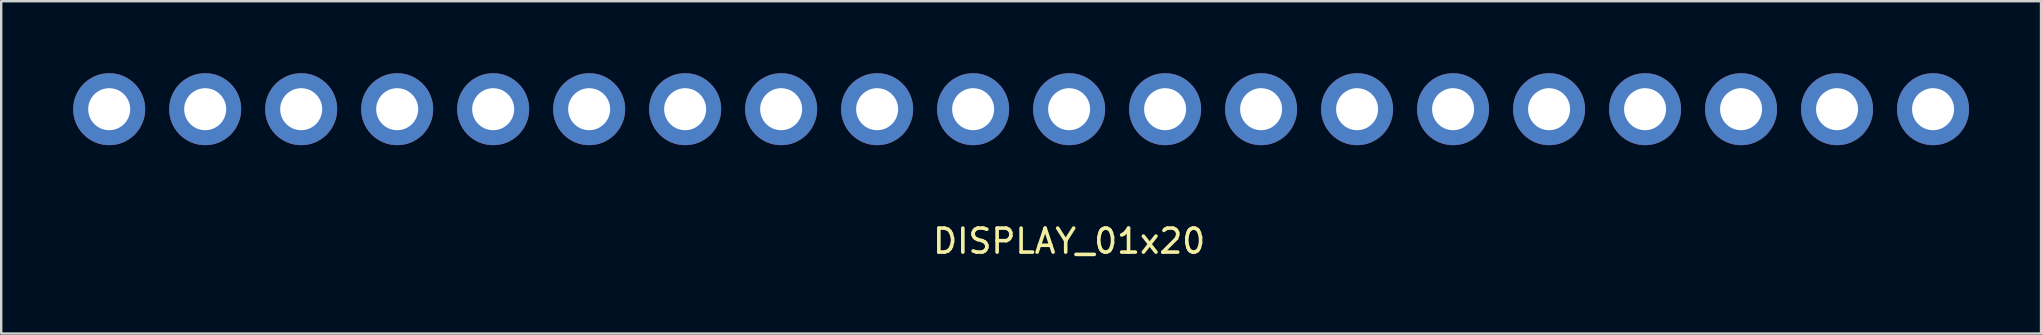
<source format=kicad_pcb>
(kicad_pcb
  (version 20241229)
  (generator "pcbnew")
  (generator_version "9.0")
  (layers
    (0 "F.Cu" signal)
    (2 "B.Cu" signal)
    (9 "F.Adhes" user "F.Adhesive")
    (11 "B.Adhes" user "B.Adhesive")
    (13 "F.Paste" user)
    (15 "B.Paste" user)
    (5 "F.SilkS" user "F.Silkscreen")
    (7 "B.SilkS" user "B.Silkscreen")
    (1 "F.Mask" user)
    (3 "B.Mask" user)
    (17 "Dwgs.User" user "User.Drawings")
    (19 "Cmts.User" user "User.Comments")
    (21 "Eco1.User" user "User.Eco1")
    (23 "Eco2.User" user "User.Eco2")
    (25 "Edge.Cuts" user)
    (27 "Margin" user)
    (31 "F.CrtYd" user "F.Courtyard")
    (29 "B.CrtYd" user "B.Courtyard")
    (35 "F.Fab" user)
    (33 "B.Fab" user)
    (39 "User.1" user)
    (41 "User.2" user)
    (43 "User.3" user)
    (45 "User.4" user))
  (footprint "DISPLAY_01x20"
    (layer "F.Cu")
    (at 1.5 1.5)
    (property "Reference" "DISPLAY_01x20" (at 40 5.5 0) (layer "F.SilkS") (effects (font (size 1 1) (thickness 0.15))))
    (attr through_hole)
    (pad "1" thru_hole circle (at 0 0) (size 3 3) (drill 1.75) (layers "*.Cu" "*.Mask"))
    (pad "2" thru_hole circle (at 4 0) (size 3 3) (drill 1.75) (layers "*.Cu" "*.Mask"))
    (pad "3" thru_hole circle (at 8 0) (size 3 3) (drill 1.75) (layers "*.Cu" "*.Mask"))
    (pad "4" thru_hole circle (at 12 0) (size 3 3) (drill 1.75) (layers "*.Cu" "*.Mask"))
    (pad "5" thru_hole circle (at 16 0) (size 3 3) (drill 1.75) (layers "*.Cu" "*.Mask"))
    (pad "6" thru_hole circle (at 20 0) (size 3 3) (drill 1.75) (layers "*.Cu" "*.Mask"))
    (pad "7" thru_hole circle (at 24 0) (size 3 3) (drill 1.75) (layers "*.Cu" "*.Mask"))
    (pad "8" thru_hole circle (at 28 0) (size 3 3) (drill 1.75) (layers "*.Cu" "*.Mask"))
    (pad "9" thru_hole circle (at 32 0) (size 3 3) (drill 1.75) (layers "*.Cu" "*.Mask"))
    (pad "10" thru_hole circle (at 36 0) (size 3 3) (drill 1.75) (layers "*.Cu" "*.Mask"))
    (pad "11" thru_hole circle (at 40 0) (size 3 3) (drill 1.75) (layers "*.Cu" "*.Mask"))
    (pad "12" thru_hole circle (at 44 0) (size 3 3) (drill 1.75) (layers "*.Cu" "*.Mask"))
    (pad "13" thru_hole circle (at 48 0) (size 3 3) (drill 1.75) (layers "*.Cu" "*.Mask"))
    (pad "14" thru_hole circle (at 52 0) (size 3 3) (drill 1.75) (layers "*.Cu" "*.Mask"))
    (pad "15" thru_hole circle (at 56 0) (size 3 3) (drill 1.75) (layers "*.Cu" "*.Mask"))
    (pad "16" thru_hole circle (at 60 0) (size 3 3) (drill 1.75) (layers "*.Cu" "*.Mask"))
    (pad "17" thru_hole circle (at 64 0) (size 3 3) (drill 1.75) (layers "*.Cu" "*.Mask"))
    (pad "18" thru_hole circle (at 68 0) (size 3 3) (drill 1.75) (layers "*.Cu" "*.Mask"))
    (pad "19" thru_hole circle (at 72 0) (size 3 3) (drill 1.75) (layers "*.Cu" "*.Mask"))
    (pad "20" thru_hole circle (at 76 0) (size 3 3) (drill 1.75) (layers "*.Cu" "*.Mask")))
  (gr_rect
    (start -3 -3)
    (end 82 10.848)
    (stroke (width 0.1) (type default))
    (fill no)
    (layer "Edge.Cuts")))
</source>
